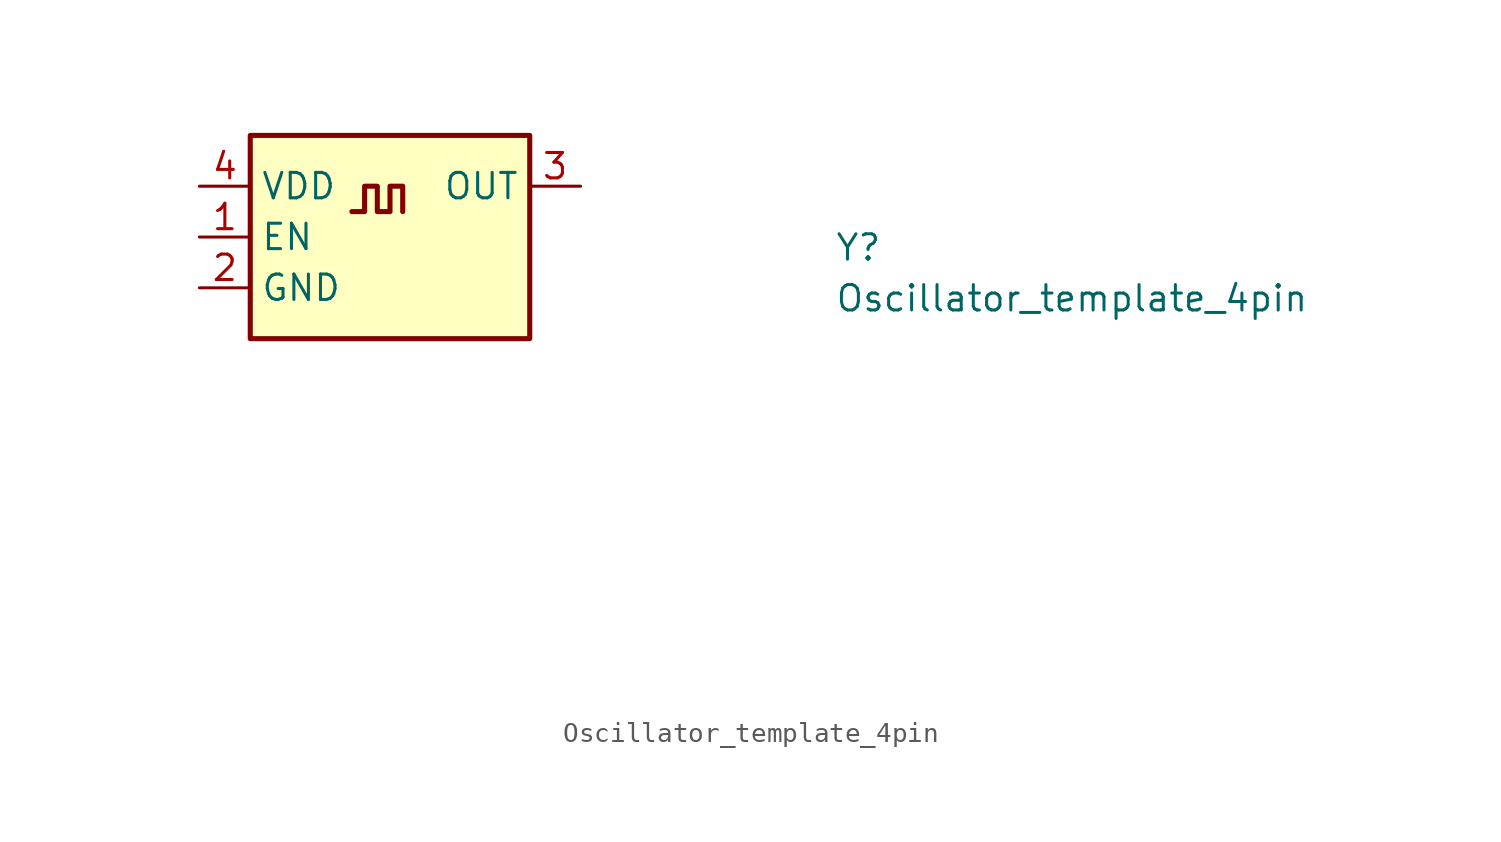
<source format=kicad_sym>
(kicad_symbol_lib
  (version 20220914)
  (generator kicad_symbol_editor)
  (symbol "Oscillator_template_4pin"
    (property "Reference" "Y"
      (at 31.75 -3.81 0)
      (effects (font (size 1.27 1.27) (thickness 0.15)) (justify left bottom)))
    (property "Value" "Oscillator_template_4pin"
      (at 31.75 -6.35 0)
      (effects (font (size 1.27 1.27) (thickness 0.15)) (justify left bottom)))
    (property "Val" ""
      (at 31.75 -23.495 0)
      (effects (font (size 1.27 1.27)) (justify left)))
    (property "MPN" ""
      (at 31.75 -13.97 0)
      (effects (font (size 1.27 1.27) (thickness 0.15)) (justify left bottom)))
    (symbol "Oscillator_template_4pin_1_1"
      (polyline (pts (xy 7.62 -1.27) (xy 8.255 -1.27) (xy 8.255 0) (xy 8.89 0) (xy 8.89 -1.27) (xy 9.525 -1.27) (xy 9.525 0) (xy 10.16 0) (xy 10.16 -1.27)) (stroke (width 0.254) (type default)) (fill (type background)))
      (rectangle (start 2.54 2.54) (end 16.51 -7.62) (stroke (width 0.254) (type default)) (fill (type background)))
      (pin input line (at 0 -2.54 0) (length 2.54) (name "EN" (effects (font (size 1.27 1.27)))) (number "1" (effects (font (size 1.27 1.27)))))
      (pin power_in line (at 0 -5.08 0) (length 2.54) (name "GND" (effects (font (size 1.27 1.27)))) (number "2" (effects (font (size 1.27 1.27)))))
      (pin output line (at 19.05 0 180) (length 2.54) (name "OUT" (effects (font (size 1.27 1.27)))) (number "3" (effects (font (size 1.27 1.27)))))
      (pin power_in line (at 0 0 0) (length 2.54) (name "VDD" (effects (font (size 1.27 1.27)))) (number "4" (effects (font (size 1.27 1.27))))))))
</source>
